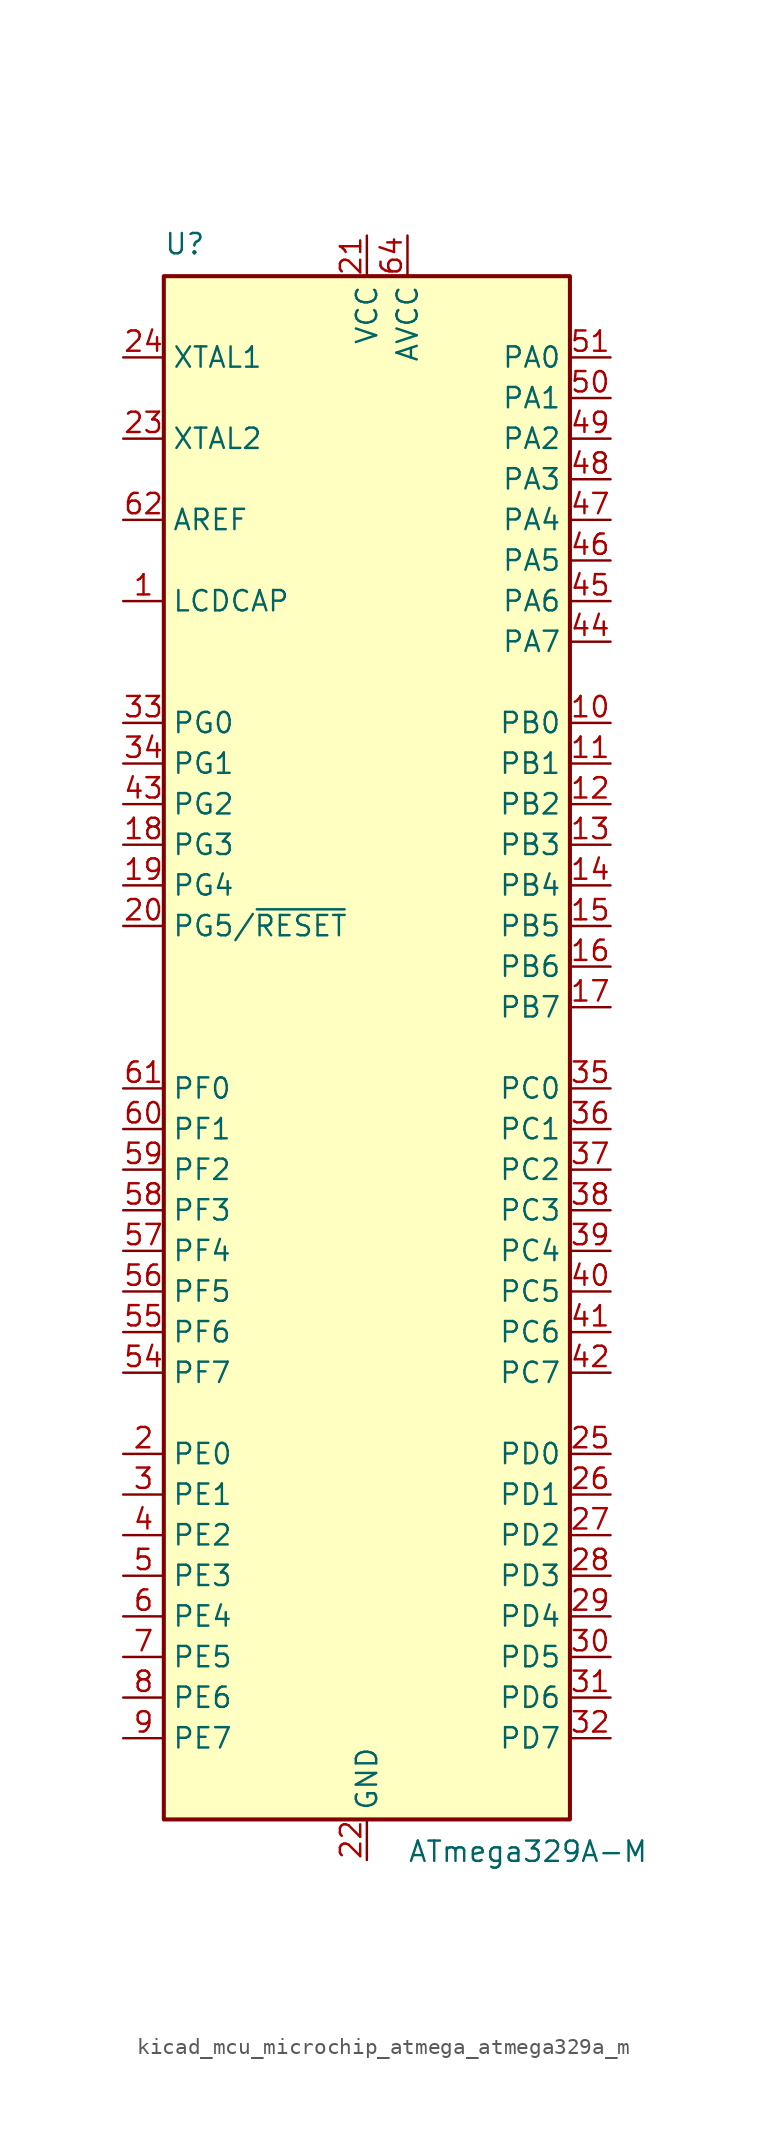
<source format=kicad_sym>
(kicad_symbol_lib
  (version 20220914)
  (generator kicad_symbol_editor)
  (symbol "kicad_mcu_microchip_atmega_atmega329a_m"
    (property "Reference" "U"
      (at -12.7 49.53 0)
      (effects (font (size 1.27 1.27)) (justify left bottom)))
    (property "Value" "ATmega329A-M"
      (at 2.54 -49.53 0)
      (effects (font (size 1.27 1.27)) (justify left top)))
    (symbol "kicad_mcu_microchip_atmega_atmega329a_m_0_1"
      (rectangle (start -12.7 -48.26) (end 12.7 48.26) (stroke (width 0.254) (type default)) (fill (type background))))
    (symbol "kicad_mcu_microchip_atmega_atmega329a_m_1_1"
      (pin passive line (at -15.24 27.94 0) (length 2.54) (name "LCDCAP" (effects (font (size 1.27 1.27)))) (number "1" (effects (font (size 1.27 1.27)))))
      (pin bidirectional line (at 15.24 20.32 180) (length 2.54) (name "PB0" (effects (font (size 1.27 1.27)))) (number "10" (effects (font (size 1.27 1.27)))))
      (pin bidirectional line (at 15.24 17.78 180) (length 2.54) (name "PB1" (effects (font (size 1.27 1.27)))) (number "11" (effects (font (size 1.27 1.27)))))
      (pin bidirectional line (at 15.24 15.24 180) (length 2.54) (name "PB2" (effects (font (size 1.27 1.27)))) (number "12" (effects (font (size 1.27 1.27)))))
      (pin bidirectional line (at 15.24 12.7 180) (length 2.54) (name "PB3" (effects (font (size 1.27 1.27)))) (number "13" (effects (font (size 1.27 1.27)))))
      (pin bidirectional line (at 15.24 10.16 180) (length 2.54) (name "PB4" (effects (font (size 1.27 1.27)))) (number "14" (effects (font (size 1.27 1.27)))))
      (pin bidirectional line (at 15.24 7.62 180) (length 2.54) (name "PB5" (effects (font (size 1.27 1.27)))) (number "15" (effects (font (size 1.27 1.27)))))
      (pin bidirectional line (at 15.24 5.08 180) (length 2.54) (name "PB6" (effects (font (size 1.27 1.27)))) (number "16" (effects (font (size 1.27 1.27)))))
      (pin bidirectional line (at 15.24 2.54 180) (length 2.54) (name "PB7" (effects (font (size 1.27 1.27)))) (number "17" (effects (font (size 1.27 1.27)))))
      (pin bidirectional line (at -15.24 12.7 0) (length 2.54) (name "PG3" (effects (font (size 1.27 1.27)))) (number "18" (effects (font (size 1.27 1.27)))))
      (pin bidirectional line (at -15.24 10.16 0) (length 2.54) (name "PG4" (effects (font (size 1.27 1.27)))) (number "19" (effects (font (size 1.27 1.27)))))
      (pin bidirectional line (at -15.24 -25.4 0) (length 2.54) (name "PE0" (effects (font (size 1.27 1.27)))) (number "2" (effects (font (size 1.27 1.27)))))
      (pin bidirectional line (at -15.24 7.62 0) (length 2.54) (name "PG5/~{RESET}" (effects (font (size 1.27 1.27)))) (number "20" (effects (font (size 1.27 1.27)))))
      (pin power_in line (at 0 50.8 270) (length 2.54) (name "VCC" (effects (font (size 1.27 1.27)))) (number "21" (effects (font (size 1.27 1.27)))))
      (pin power_in line (at 0 -50.8 90) (length 2.54) (name "GND" (effects (font (size 1.27 1.27)))) (number "22" (effects (font (size 1.27 1.27)))))
      (pin output line (at -15.24 38.1 0) (length 2.54) (name "XTAL2" (effects (font (size 1.27 1.27)))) (number "23" (effects (font (size 1.27 1.27)))))
      (pin input line (at -15.24 43.18 0) (length 2.54) (name "XTAL1" (effects (font (size 1.27 1.27)))) (number "24" (effects (font (size 1.27 1.27)))))
      (pin bidirectional line (at 15.24 -25.4 180) (length 2.54) (name "PD0" (effects (font (size 1.27 1.27)))) (number "25" (effects (font (size 1.27 1.27)))))
      (pin bidirectional line (at 15.24 -27.94 180) (length 2.54) (name "PD1" (effects (font (size 1.27 1.27)))) (number "26" (effects (font (size 1.27 1.27)))))
      (pin bidirectional line (at 15.24 -30.48 180) (length 2.54) (name "PD2" (effects (font (size 1.27 1.27)))) (number "27" (effects (font (size 1.27 1.27)))))
      (pin bidirectional line (at 15.24 -33.02 180) (length 2.54) (name "PD3" (effects (font (size 1.27 1.27)))) (number "28" (effects (font (size 1.27 1.27)))))
      (pin bidirectional line (at 15.24 -35.56 180) (length 2.54) (name "PD4" (effects (font (size 1.27 1.27)))) (number "29" (effects (font (size 1.27 1.27)))))
      (pin bidirectional line (at -15.24 -27.94 0) (length 2.54) (name "PE1" (effects (font (size 1.27 1.27)))) (number "3" (effects (font (size 1.27 1.27)))))
      (pin bidirectional line (at 15.24 -38.1 180) (length 2.54) (name "PD5" (effects (font (size 1.27 1.27)))) (number "30" (effects (font (size 1.27 1.27)))))
      (pin bidirectional line (at 15.24 -40.64 180) (length 2.54) (name "PD6" (effects (font (size 1.27 1.27)))) (number "31" (effects (font (size 1.27 1.27)))))
      (pin bidirectional line (at 15.24 -43.18 180) (length 2.54) (name "PD7" (effects (font (size 1.27 1.27)))) (number "32" (effects (font (size 1.27 1.27)))))
      (pin bidirectional line (at -15.24 20.32 0) (length 2.54) (name "PG0" (effects (font (size 1.27 1.27)))) (number "33" (effects (font (size 1.27 1.27)))))
      (pin bidirectional line (at -15.24 17.78 0) (length 2.54) (name "PG1" (effects (font (size 1.27 1.27)))) (number "34" (effects (font (size 1.27 1.27)))))
      (pin bidirectional line (at 15.24 -2.54 180) (length 2.54) (name "PC0" (effects (font (size 1.27 1.27)))) (number "35" (effects (font (size 1.27 1.27)))))
      (pin bidirectional line (at 15.24 -5.08 180) (length 2.54) (name "PC1" (effects (font (size 1.27 1.27)))) (number "36" (effects (font (size 1.27 1.27)))))
      (pin bidirectional line (at 15.24 -7.62 180) (length 2.54) (name "PC2" (effects (font (size 1.27 1.27)))) (number "37" (effects (font (size 1.27 1.27)))))
      (pin bidirectional line (at 15.24 -10.16 180) (length 2.54) (name "PC3" (effects (font (size 1.27 1.27)))) (number "38" (effects (font (size 1.27 1.27)))))
      (pin bidirectional line (at 15.24 -12.7 180) (length 2.54) (name "PC4" (effects (font (size 1.27 1.27)))) (number "39" (effects (font (size 1.27 1.27)))))
      (pin bidirectional line (at -15.24 -30.48 0) (length 2.54) (name "PE2" (effects (font (size 1.27 1.27)))) (number "4" (effects (font (size 1.27 1.27)))))
      (pin bidirectional line (at 15.24 -15.24 180) (length 2.54) (name "PC5" (effects (font (size 1.27 1.27)))) (number "40" (effects (font (size 1.27 1.27)))))
      (pin bidirectional line (at 15.24 -17.78 180) (length 2.54) (name "PC6" (effects (font (size 1.27 1.27)))) (number "41" (effects (font (size 1.27 1.27)))))
      (pin bidirectional line (at 15.24 -20.32 180) (length 2.54) (name "PC7" (effects (font (size 1.27 1.27)))) (number "42" (effects (font (size 1.27 1.27)))))
      (pin bidirectional line (at -15.24 15.24 0) (length 2.54) (name "PG2" (effects (font (size 1.27 1.27)))) (number "43" (effects (font (size 1.27 1.27)))))
      (pin bidirectional line (at 15.24 25.4 180) (length 2.54) (name "PA7" (effects (font (size 1.27 1.27)))) (number "44" (effects (font (size 1.27 1.27)))))
      (pin bidirectional line (at 15.24 27.94 180) (length 2.54) (name "PA6" (effects (font (size 1.27 1.27)))) (number "45" (effects (font (size 1.27 1.27)))))
      (pin bidirectional line (at 15.24 30.48 180) (length 2.54) (name "PA5" (effects (font (size 1.27 1.27)))) (number "46" (effects (font (size 1.27 1.27)))))
      (pin bidirectional line (at 15.24 33.02 180) (length 2.54) (name "PA4" (effects (font (size 1.27 1.27)))) (number "47" (effects (font (size 1.27 1.27)))))
      (pin bidirectional line (at 15.24 35.56 180) (length 2.54) (name "PA3" (effects (font (size 1.27 1.27)))) (number "48" (effects (font (size 1.27 1.27)))))
      (pin bidirectional line (at 15.24 38.1 180) (length 2.54) (name "PA2" (effects (font (size 1.27 1.27)))) (number "49" (effects (font (size 1.27 1.27)))))
      (pin bidirectional line (at -15.24 -33.02 0) (length 2.54) (name "PE3" (effects (font (size 1.27 1.27)))) (number "5" (effects (font (size 1.27 1.27)))))
      (pin bidirectional line (at 15.24 40.64 180) (length 2.54) (name "PA1" (effects (font (size 1.27 1.27)))) (number "50" (effects (font (size 1.27 1.27)))))
      (pin bidirectional line (at 15.24 43.18 180) (length 2.54) (name "PA0" (effects (font (size 1.27 1.27)))) (number "51" (effects (font (size 1.27 1.27)))))
      (pin passive line (at 0 50.8 270) (length 2.54) hide (name "VCC" (effects (font (size 1.27 1.27)))) (number "52" (effects (font (size 1.27 1.27)))))
      (pin passive line (at 0 -50.8 90) (length 2.54) hide (name "GND" (effects (font (size 1.27 1.27)))) (number "53" (effects (font (size 1.27 1.27)))))
      (pin bidirectional line (at -15.24 -20.32 0) (length 2.54) (name "PF7" (effects (font (size 1.27 1.27)))) (number "54" (effects (font (size 1.27 1.27)))))
      (pin bidirectional line (at -15.24 -17.78 0) (length 2.54) (name "PF6" (effects (font (size 1.27 1.27)))) (number "55" (effects (font (size 1.27 1.27)))))
      (pin bidirectional line (at -15.24 -15.24 0) (length 2.54) (name "PF5" (effects (font (size 1.27 1.27)))) (number "56" (effects (font (size 1.27 1.27)))))
      (pin bidirectional line (at -15.24 -12.7 0) (length 2.54) (name "PF4" (effects (font (size 1.27 1.27)))) (number "57" (effects (font (size 1.27 1.27)))))
      (pin bidirectional line (at -15.24 -10.16 0) (length 2.54) (name "PF3" (effects (font (size 1.27 1.27)))) (number "58" (effects (font (size 1.27 1.27)))))
      (pin bidirectional line (at -15.24 -7.62 0) (length 2.54) (name "PF2" (effects (font (size 1.27 1.27)))) (number "59" (effects (font (size 1.27 1.27)))))
      (pin bidirectional line (at -15.24 -35.56 0) (length 2.54) (name "PE4" (effects (font (size 1.27 1.27)))) (number "6" (effects (font (size 1.27 1.27)))))
      (pin bidirectional line (at -15.24 -5.08 0) (length 2.54) (name "PF1" (effects (font (size 1.27 1.27)))) (number "60" (effects (font (size 1.27 1.27)))))
      (pin bidirectional line (at -15.24 -2.54 0) (length 2.54) (name "PF0" (effects (font (size 1.27 1.27)))) (number "61" (effects (font (size 1.27 1.27)))))
      (pin passive line (at -15.24 33.02 0) (length 2.54) (name "AREF" (effects (font (size 1.27 1.27)))) (number "62" (effects (font (size 1.27 1.27)))))
      (pin passive line (at 0 -50.8 90) (length 2.54) hide (name "GND" (effects (font (size 1.27 1.27)))) (number "63" (effects (font (size 1.27 1.27)))))
      (pin power_in line (at 2.54 50.8 270) (length 2.54) (name "AVCC" (effects (font (size 1.27 1.27)))) (number "64" (effects (font (size 1.27 1.27)))))
      (pin passive line (at 0 -50.8 90) (length 2.54) hide (name "GND" (effects (font (size 1.27 1.27)))) (number "65" (effects (font (size 1.27 1.27)))))
      (pin bidirectional line (at -15.24 -38.1 0) (length 2.54) (name "PE5" (effects (font (size 1.27 1.27)))) (number "7" (effects (font (size 1.27 1.27)))))
      (pin bidirectional line (at -15.24 -40.64 0) (length 2.54) (name "PE6" (effects (font (size 1.27 1.27)))) (number "8" (effects (font (size 1.27 1.27)))))
      (pin bidirectional line (at -15.24 -43.18 0) (length 2.54) (name "PE7" (effects (font (size 1.27 1.27)))) (number "9" (effects (font (size 1.27 1.27))))))))
</source>
